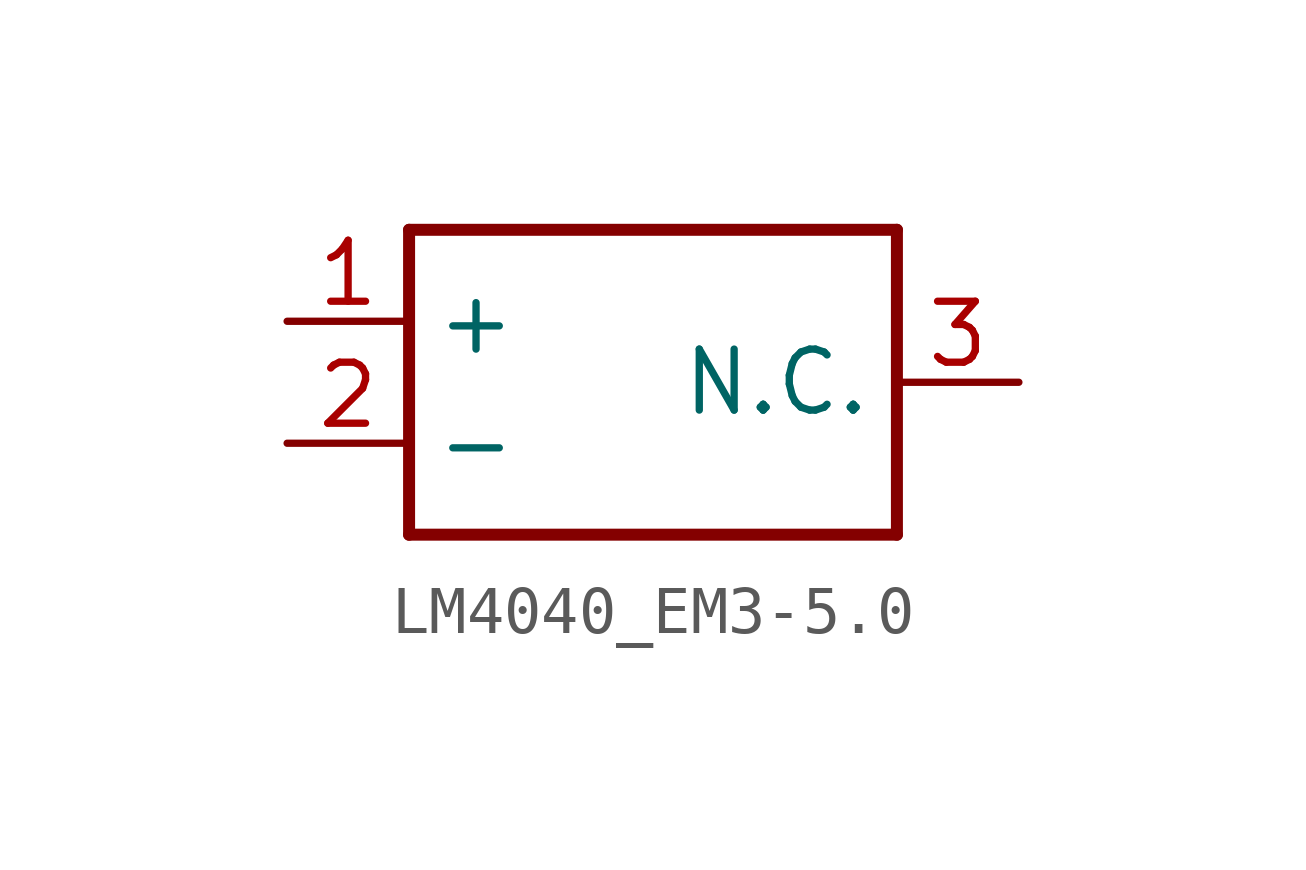
<source format=kicad_sym>
(kicad_symbol_lib
  (version 20231120)
  (generator "kicad_symbol_editor")
  (generator_version "8.0")
  (symbol "LM4040_EM3-5.0"
    (property "Reference" "U"
      (at 0 0 0)
      (effects (font (size 1.27 1.27)) (hide yes)))
    (property "ki_locked" ""
      (at 0 0 0)
      (effects (font (size 1.27 1.27))))
    (symbol "LM4040_EM3-5.0_1_0"
      (polyline (pts (xy -5.08 -3.175) (xy -5.08 3.175)) (stroke (width 0.25) (type solid)) (fill (type none)))
      (polyline (pts (xy -5.08 3.175) (xy 5.08 3.175)) (stroke (width 0.25) (type solid)) (fill (type none)))
      (polyline (pts (xy 5.08 -3.175) (xy -5.08 -3.175)) (stroke (width 0.25) (type solid)) (fill (type none)))
      (polyline (pts (xy 5.08 3.175) (xy 5.08 -3.175)) (stroke (width 0.25) (type solid)) (fill (type none)))
      (pin power_in line (at -7.62 1.27 0) (length 2.54) (name "+" (effects (font (size 1.27 1.27)))) (number "1" (effects (font (size 1.27 1.27)))))
      (pin power_in line (at -7.62 -1.27 0) (length 2.54) (name "-" (effects (font (size 1.27 1.27)))) (number "2" (effects (font (size 1.27 1.27)))))
      (pin passive line (at 7.62 0 180) (length 2.54) (name "N.C." (effects (font (size 1.27 1.27)))) (number "3" (effects (font (size 1.27 1.27))))))))
</source>
